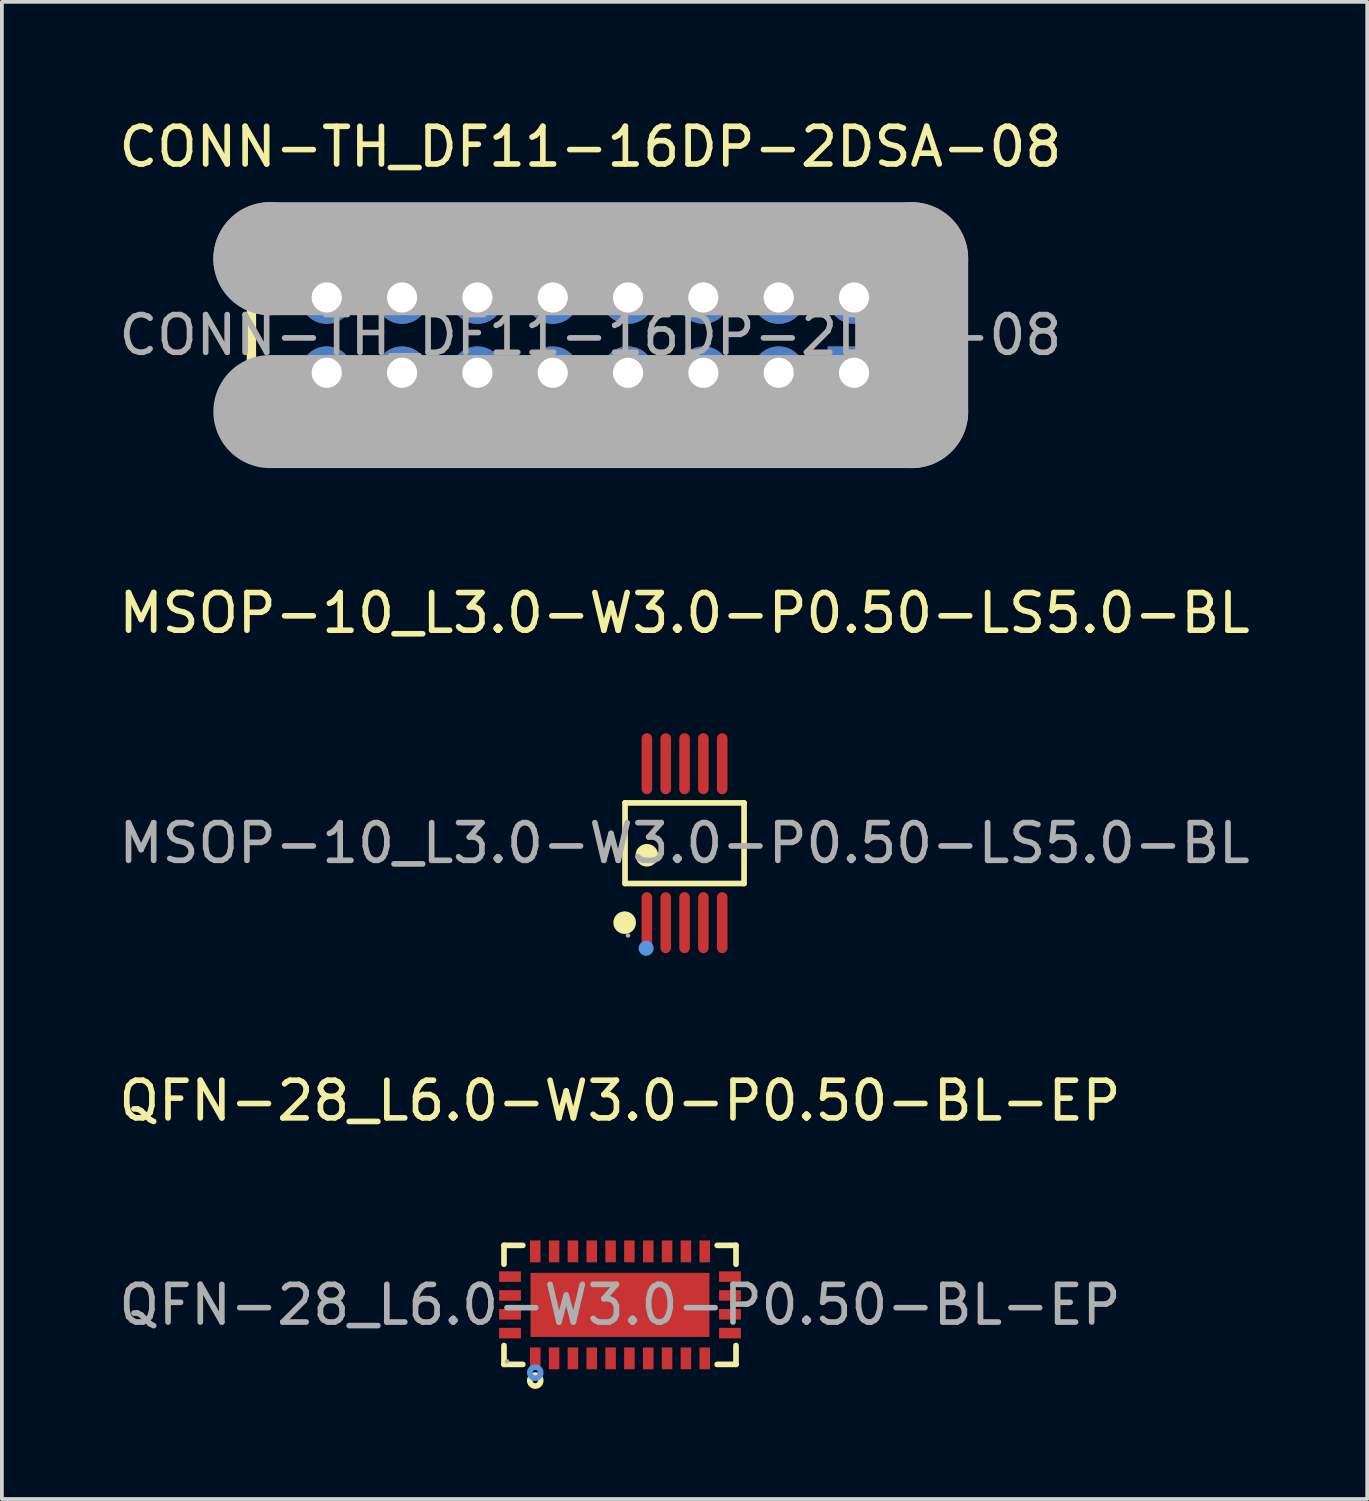
<source format=kicad_pcb>
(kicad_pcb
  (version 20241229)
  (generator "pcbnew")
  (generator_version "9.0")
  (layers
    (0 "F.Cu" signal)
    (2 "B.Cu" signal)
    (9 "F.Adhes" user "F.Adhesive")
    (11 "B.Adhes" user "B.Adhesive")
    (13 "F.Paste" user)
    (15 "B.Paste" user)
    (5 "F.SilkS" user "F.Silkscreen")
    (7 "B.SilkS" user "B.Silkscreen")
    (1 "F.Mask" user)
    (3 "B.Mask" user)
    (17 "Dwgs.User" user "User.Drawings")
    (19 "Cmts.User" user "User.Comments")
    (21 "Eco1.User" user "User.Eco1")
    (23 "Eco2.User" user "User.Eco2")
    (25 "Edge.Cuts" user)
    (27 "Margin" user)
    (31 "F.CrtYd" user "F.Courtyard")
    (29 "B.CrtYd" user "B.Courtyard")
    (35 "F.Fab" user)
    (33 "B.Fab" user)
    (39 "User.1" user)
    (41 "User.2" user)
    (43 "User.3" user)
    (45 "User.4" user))
  (footprint "CONN-TH_DF11-16DP-2DSA-08"
    (layer "F.Cu")
    (at 12.625 5.848)
    (property "Reference" "CONN-TH_DF11-16DP-2DSA-08" (at 0 -5 0) (layer "F.SilkS") (effects (font (size 1 1) (thickness 0.15))))
    (attr through_hole)
    (fp_line (start -9 -2.5) (end -9 2.5) (stroke (width 0.25) (type solid)) (layer "F.SilkS"))
    (fp_line (start -9 -2.5) (end 9 -2.5) (stroke (width 0.25) (type solid)) (layer "F.SilkS"))
    (fp_line (start -9 2.5) (end 9 2.5) (stroke (width 0.25) (type solid)) (layer "F.SilkS"))
    (fp_line (start -6.6 2.03) (end -6.6 2.5) (stroke (width 0.25) (type solid)) (layer "F.SilkS"))
    (fp_line (start -4.06 2.03) (end -4.06 2.5) (stroke (width 0.25) (type solid)) (layer "F.SilkS"))
    (fp_line (start 4.08 2.03) (end 4.08 2.5) (stroke (width 0.25) (type solid)) (layer "F.SilkS"))
    (fp_line (start 6.62 2.03) (end 6.62 2.5) (stroke (width 0.25) (type solid)) (layer "F.SilkS"))
    (fp_line (start 9 -2.5) (end 9 2.5) (stroke (width 0.25) (type solid)) (layer "F.SilkS"))
    (fp_line (start -8.51 -2.03) (end -8.51 -2.03) (stroke (width 3) (type solid)) (layer "F.Fab"))
    (fp_line (start -8.51 -2.03) (end 8.53 -2.03) (stroke (width 3) (type solid)) (layer "F.Fab"))
    (fp_line (start 8.53 -2.03) (end 8.53 2.03) (stroke (width 3) (type solid)) (layer "F.Fab"))
    (fp_line (start 8.53 2.03) (end -8.51 2.03) (stroke (width 3) (type solid)) (layer "F.Fab"))
    (fp_circle (center 9 2.5) (end 9.03 2.5) (stroke (width 0.06) (type solid)) (fill no) (layer "F.Fab"))
    (fp_text user "${REFERENCE}" (at 0 0 0) (layer "F.Fab") (effects (font (size 1 1) (thickness 0.15))))
    (pad "1" thru_hole rect (at 7 1) (size 1.4 1.4) (drill 0.8) (layers "*.Cu" "*.Mask"))
    (pad "2" thru_hole circle (at 7 -1) (size 1.4 1.4) (drill 0.8) (layers "*.Cu" "*.Mask"))
    (pad "3" thru_hole circle (at 5 1) (size 1.4 1.4) (drill 0.8) (layers "*.Cu" "*.Mask"))
    (pad "4" thru_hole circle (at 5 -1) (size 1.4 1.4) (drill 0.8) (layers "*.Cu" "*.Mask"))
    (pad "5" thru_hole circle (at 3 1) (size 1.4 1.4) (drill 0.8) (layers "*.Cu" "*.Mask"))
    (pad "6" thru_hole circle (at 3 -1) (size 1.4 1.4) (drill 0.8) (layers "*.Cu" "*.Mask"))
    (pad "7" thru_hole circle (at 1 1) (size 1.4 1.4) (drill 0.8) (layers "*.Cu" "*.Mask"))
    (pad "8" thru_hole circle (at 1 -1) (size 1.4 1.4) (drill 0.8) (layers "*.Cu" "*.Mask"))
    (pad "9" thru_hole circle (at -1 1) (size 1.4 1.4) (drill 0.8) (layers "*.Cu" "*.Mask"))
    (pad "10" thru_hole circle (at -1 -1) (size 1.4 1.4) (drill 0.8) (layers "*.Cu" "*.Mask"))
    (pad "11" thru_hole circle (at -3 1) (size 1.4 1.4) (drill 0.8) (layers "*.Cu" "*.Mask"))
    (pad "12" thru_hole circle (at -3 -1) (size 1.4 1.4) (drill 0.8) (layers "*.Cu" "*.Mask"))
    (pad "13" thru_hole circle (at -5 1) (size 1.4 1.4) (drill 0.8) (layers "*.Cu" "*.Mask"))
    (pad "14" thru_hole circle (at -5 -1) (size 1.4 1.4) (drill 0.8) (layers "*.Cu" "*.Mask"))
    (pad "15" thru_hole circle (at -7 1) (size 1.4 1.4) (drill 0.8) (layers "*.Cu" "*.Mask"))
    (pad "16" thru_hole circle (at -7 -1) (size 1.4 1.4) (drill 0.8) (layers "*.Cu" "*.Mask")))
  (footprint "QFN-28_L6.0-W3.0-P0.50-BL-EP"
    (layer "F.Cu")
    (at 13.411 31.595)
    (property "Reference" "QFN-28_L6.0-W3.0-P0.50-BL-EP" (at 0 -5.42 0) (layer "F.SilkS") (effects (font (size 1 1) (thickness 0.15))))
    (attr smd)
    (fp_line (start -3.08 -1.58) (end -2.58 -1.58) (stroke (width 0.15) (type solid)) (layer "F.SilkS"))
    (fp_line (start -3.08 -1.08) (end -3.08 -1.58) (stroke (width 0.15) (type solid)) (layer "F.SilkS"))
    (fp_line (start -3.08 1.08) (end -3.08 1.58) (stroke (width 0.15) (type solid)) (layer "F.SilkS"))
    (fp_line (start -3.08 1.58) (end -2.58 1.58) (stroke (width 0.15) (type solid)) (layer "F.SilkS"))
    (fp_line (start 3.08 -1.58) (end 2.58 -1.58) (stroke (width 0.15) (type solid)) (layer "F.SilkS"))
    (fp_line (start 3.08 -1.08) (end 3.08 -1.58) (stroke (width 0.15) (type solid)) (layer "F.SilkS"))
    (fp_line (start 3.08 1.08) (end 3.08 1.58) (stroke (width 0.15) (type solid)) (layer "F.SilkS"))
    (fp_line (start 3.08 1.58) (end 2.58 1.58) (stroke (width 0.15) (type solid)) (layer "F.SilkS"))
    (fp_circle (center -2.25 2.01) (end -2.18 2.01) (stroke (width 0.15) (type solid)) (fill no) (layer "F.SilkS"))
    (fp_circle (center -2.25 1.8) (end -2.18 1.8) (stroke (width 0.15) (type solid)) (fill no) (layer "Cmts.User"))
    (fp_circle (center -3 1.5) (end -2.97 1.5) (stroke (width 0.06) (type solid)) (fill no) (layer "F.Fab"))
    (fp_text user "${REFERENCE}" (at 0 0 0) (layer "F.Fab") (effects (font (size 1 1) (thickness 0.15))))
    (pad "1" smd rect (at -2.25 1.42) (size 0.28 0.58) (layers "F.Cu" "F.Mask" "F.Paste"))
    (pad "2" smd rect (at -1.75 1.42) (size 0.28 0.58) (layers "F.Cu" "F.Mask" "F.Paste"))
    (pad "3" smd rect (at -1.25 1.42) (size 0.28 0.58) (layers "F.Cu" "F.Mask" "F.Paste"))
    (pad "4" smd rect (at -0.75 1.42) (size 0.28 0.58) (layers "F.Cu" "F.Mask" "F.Paste"))
    (pad "5" smd rect (at -0.25 1.42) (size 0.28 0.58) (layers "F.Cu" "F.Mask" "F.Paste"))
    (pad "6" smd rect (at 0.25 1.42) (size 0.28 0.58) (layers "F.Cu" "F.Mask" "F.Paste"))
    (pad "7" smd rect (at 0.75 1.42) (size 0.28 0.58) (layers "F.Cu" "F.Mask" "F.Paste"))
    (pad "8" smd rect (at 1.25 1.42) (size 0.28 0.58) (layers "F.Cu" "F.Mask" "F.Paste"))
    (pad "9" smd rect (at 1.75 1.42) (size 0.28 0.58) (layers "F.Cu" "F.Mask" "F.Paste"))
    (pad "10" smd rect (at 2.25 1.42) (size 0.28 0.58) (layers "F.Cu" "F.Mask" "F.Paste"))
    (pad "11" smd rect (at 2.92 0.75) (size 0.58 0.28) (layers "F.Cu" "F.Mask" "F.Paste"))
    (pad "12" smd rect (at 2.92 0.25) (size 0.58 0.28) (layers "F.Cu" "F.Mask" "F.Paste"))
    (pad "13" smd rect (at 2.92 -0.25) (size 0.58 0.28) (layers "F.Cu" "F.Mask" "F.Paste"))
    (pad "14" smd rect (at 2.92 -0.75) (size 0.58 0.28) (layers "F.Cu" "F.Mask" "F.Paste"))
    (pad "15" smd rect (at 2.25 -1.42) (size 0.28 0.58) (layers "F.Cu" "F.Mask" "F.Paste"))
    (pad "16" smd rect (at 1.75 -1.42) (size 0.28 0.58) (layers "F.Cu" "F.Mask" "F.Paste"))
    (pad "17" smd rect (at 1.25 -1.42) (size 0.28 0.58) (layers "F.Cu" "F.Mask" "F.Paste"))
    (pad "18" smd rect (at 0.75 -1.42) (size 0.28 0.58) (layers "F.Cu" "F.Mask" "F.Paste"))
    (pad "19" smd rect (at 0.25 -1.42) (size 0.28 0.58) (layers "F.Cu" "F.Mask" "F.Paste"))
    (pad "20" smd rect (at -0.25 -1.42) (size 0.28 0.58) (layers "F.Cu" "F.Mask" "F.Paste"))
    (pad "21" smd rect (at -0.75 -1.42) (size 0.28 0.58) (layers "F.Cu" "F.Mask" "F.Paste"))
    (pad "22" smd rect (at -1.25 -1.42) (size 0.28 0.58) (layers "F.Cu" "F.Mask" "F.Paste"))
    (pad "23" smd rect (at -1.75 -1.42) (size 0.28 0.58) (layers "F.Cu" "F.Mask" "F.Paste"))
    (pad "24" smd rect (at -2.25 -1.42) (size 0.28 0.58) (layers "F.Cu" "F.Mask" "F.Paste"))
    (pad "25" smd rect (at -2.92 -0.75) (size 0.58 0.28) (layers "F.Cu" "F.Mask" "F.Paste"))
    (pad "26" smd rect (at -2.92 -0.25) (size 0.58 0.28) (layers "F.Cu" "F.Mask" "F.Paste"))
    (pad "27" smd rect (at -2.92 0.25) (size 0.58 0.28) (layers "F.Cu" "F.Mask" "F.Paste"))
    (pad "28" smd rect (at -2.92 0.75) (size 0.58 0.28) (layers "F.Cu" "F.Mask" "F.Paste"))
    (pad "29" smd rect (at 0 0) (size 4.75 1.7) (layers "F.Cu" "F.Mask" "F.Paste")))
  (footprint "MSOP-10_L3.0-W3.0-P0.50-LS5.0-BL"
    (layer "F.Cu")
    (at 15.125 19.337)
    (property "Reference" "MSOP-10_L3.0-W3.0-P0.50-LS5.0-BL" (at 0 -6.11 0) (layer "F.SilkS") (effects (font (size 1 1) (thickness 0.15))))
    (attr smd)
    (fp_line (start -1.58 -1.07) (end 1.58 -1.07) (stroke (width 0.15) (type solid)) (layer "F.SilkS"))
    (fp_line (start -1.58 1.07) (end -1.58 -1.07) (stroke (width 0.15) (type solid)) (layer "F.SilkS"))
    (fp_line (start 1.58 -1.07) (end 1.58 1.07) (stroke (width 0.15) (type solid)) (layer "F.SilkS"))
    (fp_line (start 1.58 1.07) (end -1.58 1.07) (stroke (width 0.15) (type solid)) (layer "F.SilkS"))
    (fp_circle (center -1.59 2.11) (end -1.44 2.11) (stroke (width 0.3) (type solid)) (fill no) (layer "F.SilkS"))
    (fp_circle (center -1 0.32) (end -0.85 0.32) (stroke (width 0.3) (type solid)) (fill no) (layer "F.SilkS"))
    (fp_circle (center -1.02 2.79) (end -0.92 2.79) (stroke (width 0.2) (type solid)) (fill no) (layer "Cmts.User"))
    (fp_circle (center -1.5 2.45) (end -1.47 2.45) (stroke (width 0.06) (type solid)) (fill no) (layer "F.Fab"))
    (fp_text user "${REFERENCE}" (at 0 0 0) (layer "F.Fab") (effects (font (size 1 1) (thickness 0.15))))
    (pad "1" smd oval (at -1 2.11) (size 0.28 1.62) (layers "F.Cu" "F.Mask" "F.Paste"))
    (pad "2" smd oval (at -0.5 2.11) (size 0.28 1.62) (layers "F.Cu" "F.Mask" "F.Paste"))
    (pad "3" smd oval (at 0 2.11) (size 0.28 1.62) (layers "F.Cu" "F.Mask" "F.Paste"))
    (pad "4" smd oval (at 0.5 2.11) (size 0.28 1.62) (layers "F.Cu" "F.Mask" "F.Paste"))
    (pad "5" smd oval (at 1 2.11) (size 0.28 1.62) (layers "F.Cu" "F.Mask" "F.Paste"))
    (pad "6" smd oval (at 1 -2.11) (size 0.28 1.62) (layers "F.Cu" "F.Mask" "F.Paste"))
    (pad "7" smd oval (at 0.5 -2.11) (size 0.28 1.62) (layers "F.Cu" "F.Mask" "F.Paste"))
    (pad "8" smd oval (at 0 -2.11) (size 0.28 1.62) (layers "F.Cu" "F.Mask" "F.Paste"))
    (pad "9" smd oval (at -0.5 -2.11) (size 0.28 1.62) (layers "F.Cu" "F.Mask" "F.Paste"))
    (pad "10" smd oval (at -1 -2.11) (size 0.28 1.62) (layers "F.Cu" "F.Mask" "F.Paste")))
  (gr_rect
    (start -3 -3)
    (end 33.25 36.75)
    (stroke (width 0.1) (type default))
    (fill no)
    (layer "Edge.Cuts")))
</source>
